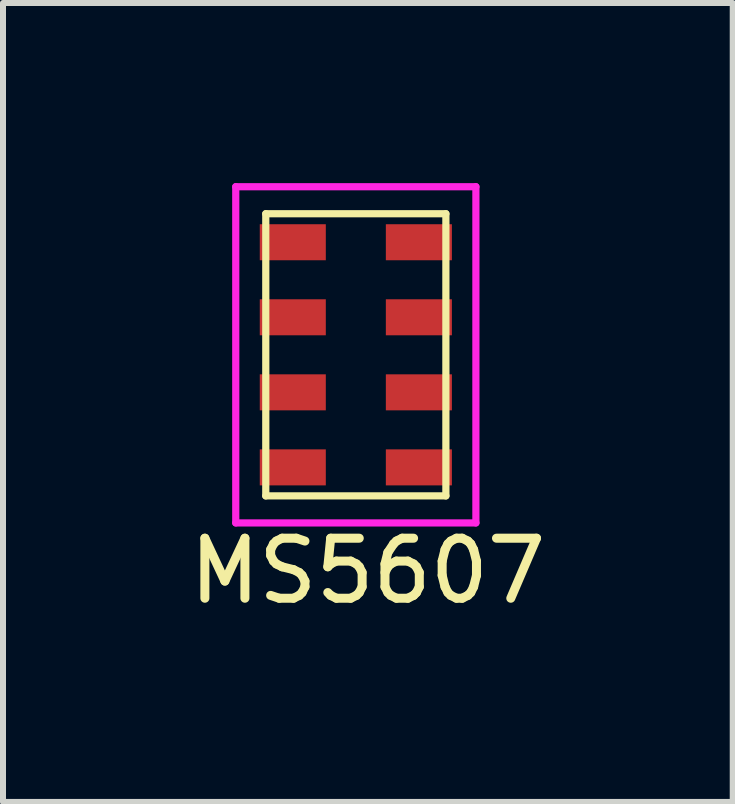
<source format=kicad_pcb>
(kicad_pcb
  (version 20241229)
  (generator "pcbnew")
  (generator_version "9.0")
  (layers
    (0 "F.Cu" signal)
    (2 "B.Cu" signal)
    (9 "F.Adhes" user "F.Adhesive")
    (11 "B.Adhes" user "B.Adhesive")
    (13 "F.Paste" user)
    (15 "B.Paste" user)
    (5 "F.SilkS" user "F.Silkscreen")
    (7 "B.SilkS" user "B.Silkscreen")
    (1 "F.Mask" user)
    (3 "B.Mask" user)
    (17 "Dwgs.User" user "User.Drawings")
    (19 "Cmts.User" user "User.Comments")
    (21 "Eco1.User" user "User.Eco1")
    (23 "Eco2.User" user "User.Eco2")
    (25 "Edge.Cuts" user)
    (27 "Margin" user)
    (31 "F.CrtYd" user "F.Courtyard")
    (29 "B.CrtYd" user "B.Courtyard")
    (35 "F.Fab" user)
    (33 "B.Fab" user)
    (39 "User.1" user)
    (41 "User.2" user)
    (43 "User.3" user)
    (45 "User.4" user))
  (footprint "MS5607"
    (layer "F.Cu")
    (at 2.877 2.86)
    (property "Reference" "MS5607" (at 0.2 3.6 0) (layer "F.SilkS") (effects (font (size 1 1) (thickness 0.15))))
    (attr through_hole)
    (fp_line (start -1.5 -2.35) (end -1.5 2.35) (stroke (width 0.12) (type solid)) (layer "F.SilkS"))
    (fp_line (start -1.5 2.35) (end 1.5 2.35) (stroke (width 0.12) (type solid)) (layer "F.SilkS"))
    (fp_line (start 1.5 -2.35) (end -1.5 -2.35) (stroke (width 0.12) (type solid)) (layer "F.SilkS"))
    (fp_line (start 1.5 2.35) (end 1.5 -2.35) (stroke (width 0.12) (type solid)) (layer "F.SilkS"))
    (fp_line (start -2 -2.8) (end -2 2.8) (stroke (width 0.12) (type solid)) (layer "F.CrtYd"))
    (fp_line (start -2 2.8) (end 2 2.8) (stroke (width 0.12) (type solid)) (layer "F.CrtYd"))
    (fp_line (start 2 -2.8) (end -2 -2.8) (stroke (width 0.12) (type solid)) (layer "F.CrtYd"))
    (fp_line (start 2 2.8) (end 2 -2.8) (stroke (width 0.12) (type solid)) (layer "F.CrtYd"))
    (pad "1" smd rect (at -1.05 -1.875) (size 1.1 0.6) (layers "F.Cu" "F.Mask" "F.Paste"))
    (pad "2" smd rect (at -1.05 -0.625) (size 1.1 0.6) (layers "F.Cu" "F.Mask" "F.Paste"))
    (pad "3" smd rect (at -1.05 0.625) (size 1.1 0.6) (layers "F.Cu" "F.Mask" "F.Paste"))
    (pad "4" smd rect (at -1.05 1.875) (size 1.1 0.6) (layers "F.Cu" "F.Mask" "F.Paste"))
    (pad "5" smd rect (at 1.05 1.875) (size 1.1 0.6) (layers "F.Cu" "F.Mask" "F.Paste"))
    (pad "6" smd rect (at 1.05 0.625) (size 1.1 0.6) (layers "F.Cu" "F.Mask" "F.Paste"))
    (pad "7" smd rect (at 1.05 -0.625) (size 1.1 0.6) (layers "F.Cu" "F.Mask" "F.Paste"))
    (pad "8" smd rect (at 1.05 -1.875) (size 1.1 0.6) (layers "F.Cu" "F.Mask" "F.Paste")))
  (gr_rect
    (start -3 -3)
    (end 9.155 10.308)
    (stroke (width 0.1) (type default))
    (fill no)
    (layer "Edge.Cuts")))
</source>
